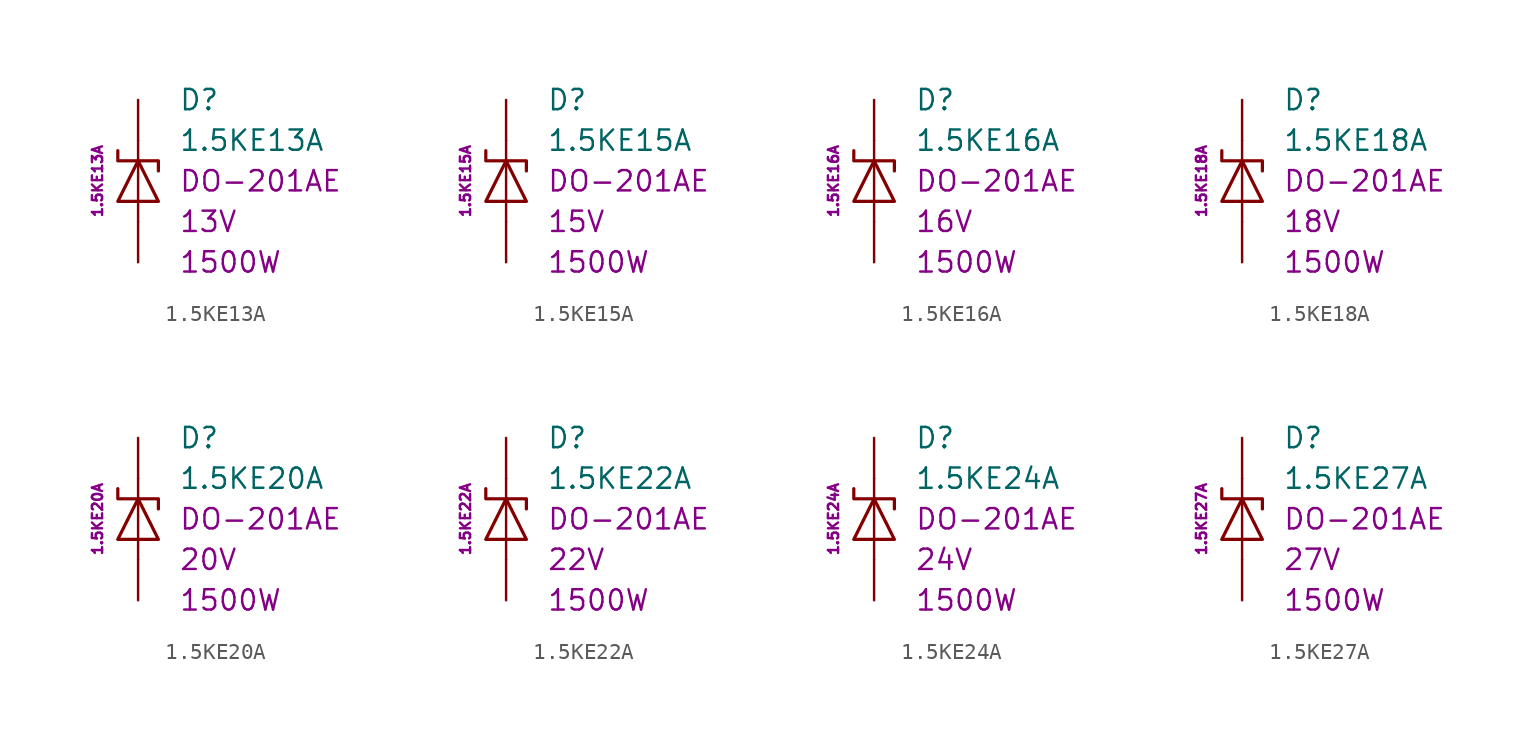
<source format=kicad_sym>
(kicad_symbol_lib
  (version 20201005)
  (generator kicad_symbol_editor)
  (symbol "1.5KE13A"
    (pin_numbers hide)
    (pin_names
      (offset 1.016) hide)
    (property "Reference" "D"
      (at 2.54 5.08 0)
      (effects (font (size 1.27 1.27)) (justify left)))
    (property "Value" "1.5KE13A"
      (at 2.54 2.54 0)
      (effects (font (size 1.27 1.27)) (justify left)))
    (property "Package" "DO-201AE"
      (at 2.54 0 0)
      (effects (font (size 1.27 1.27)) (justify left)))
    (property "Voltage" "13V"
      (at 2.54 -2.54 0)
      (effects (font (size 1.27 1.27)) (justify left)))
    (property "PeakPulsePower" "1500W"
      (at 2.54 -5.08 0)
      (effects (font (size 1.27 1.27)) (justify left)))
    (property "MPN" "1.5KE13A"
      (at -2.54 0 90)
      (effects (font (size 0.635 0.635))))
    (symbol "1.5KE13A_0_1"
      (polyline (pts (xy 0 -2.54) (xy 0 -1.27)) (stroke (width 0)) (fill (type none)))
      (polyline (pts (xy 0 -1.27) (xy 0 1.27)) (stroke (width 0)) (fill (type none)))
      (polyline (pts (xy 0 2.54) (xy 0 1.27)) (stroke (width 0)) (fill (type none)))
      (polyline (pts (xy -1.27 -1.27) (xy 1.27 -1.27) (xy 0 1.27) (xy -1.27 -1.27)) (stroke (width 0.203)) (fill (type none)))
      (polyline (pts (xy -1.27 1.905) (xy -1.27 1.27) (xy 1.27 1.27) (xy 1.27 0.635)) (stroke (width 0.203)) (fill (type none))))
    (symbol "1.5KE13A_1_1"
      (pin passive line (at 0 5.08 270) (length 2.54) (name "K" (effects (font (size 1.27 1.27)))) (number "1" (effects (font (size 1.27 1.27)))))
      (pin passive line (at 0 -5.08 90) (length 2.54) (name "A" (effects (font (size 1.27 1.27)))) (number "2" (effects (font (size 1.27 1.27)))))))
  (symbol "1.5KE15A"
    (pin_numbers hide)
    (pin_names
      (offset 1.016) hide)
    (property "Reference" "D"
      (at 2.54 5.08 0)
      (effects (font (size 1.27 1.27)) (justify left)))
    (property "Value" "1.5KE15A"
      (at 2.54 2.54 0)
      (effects (font (size 1.27 1.27)) (justify left)))
    (property "Package" "DO-201AE"
      (at 2.54 0 0)
      (effects (font (size 1.27 1.27)) (justify left)))
    (property "Voltage" "15V"
      (at 2.54 -2.54 0)
      (effects (font (size 1.27 1.27)) (justify left)))
    (property "PeakPulsePower" "1500W"
      (at 2.54 -5.08 0)
      (effects (font (size 1.27 1.27)) (justify left)))
    (property "MPN" "1.5KE15A"
      (at -2.54 0 90)
      (effects (font (size 0.635 0.635))))
    (symbol "1.5KE15A_0_1"
      (polyline (pts (xy 0 -2.54) (xy 0 -1.27)) (stroke (width 0)) (fill (type none)))
      (polyline (pts (xy 0 -1.27) (xy 0 1.27)) (stroke (width 0)) (fill (type none)))
      (polyline (pts (xy 0 2.54) (xy 0 1.27)) (stroke (width 0)) (fill (type none)))
      (polyline (pts (xy -1.27 -1.27) (xy 1.27 -1.27) (xy 0 1.27) (xy -1.27 -1.27)) (stroke (width 0.203)) (fill (type none)))
      (polyline (pts (xy -1.27 1.905) (xy -1.27 1.27) (xy 1.27 1.27) (xy 1.27 0.635)) (stroke (width 0.203)) (fill (type none))))
    (symbol "1.5KE15A_1_1"
      (pin passive line (at 0 5.08 270) (length 2.54) (name "K" (effects (font (size 1.27 1.27)))) (number "1" (effects (font (size 1.27 1.27)))))
      (pin passive line (at 0 -5.08 90) (length 2.54) (name "A" (effects (font (size 1.27 1.27)))) (number "2" (effects (font (size 1.27 1.27)))))))
  (symbol "1.5KE16A"
    (pin_numbers hide)
    (pin_names
      (offset 1.016) hide)
    (property "Reference" "D"
      (at 2.54 5.08 0)
      (effects (font (size 1.27 1.27)) (justify left)))
    (property "Value" "1.5KE16A"
      (at 2.54 2.54 0)
      (effects (font (size 1.27 1.27)) (justify left)))
    (property "Package" "DO-201AE"
      (at 2.54 0 0)
      (effects (font (size 1.27 1.27)) (justify left)))
    (property "Voltage" "16V"
      (at 2.54 -2.54 0)
      (effects (font (size 1.27 1.27)) (justify left)))
    (property "PeakPulsePower" "1500W"
      (at 2.54 -5.08 0)
      (effects (font (size 1.27 1.27)) (justify left)))
    (property "MPN" "1.5KE16A"
      (at -2.54 0 90)
      (effects (font (size 0.635 0.635))))
    (symbol "1.5KE16A_0_1"
      (polyline (pts (xy 0 -2.54) (xy 0 -1.27)) (stroke (width 0)) (fill (type none)))
      (polyline (pts (xy 0 -1.27) (xy 0 1.27)) (stroke (width 0)) (fill (type none)))
      (polyline (pts (xy 0 2.54) (xy 0 1.27)) (stroke (width 0)) (fill (type none)))
      (polyline (pts (xy -1.27 -1.27) (xy 1.27 -1.27) (xy 0 1.27) (xy -1.27 -1.27)) (stroke (width 0.203)) (fill (type none)))
      (polyline (pts (xy -1.27 1.905) (xy -1.27 1.27) (xy 1.27 1.27) (xy 1.27 0.635)) (stroke (width 0.203)) (fill (type none))))
    (symbol "1.5KE16A_1_1"
      (pin passive line (at 0 5.08 270) (length 2.54) (name "K" (effects (font (size 1.27 1.27)))) (number "1" (effects (font (size 1.27 1.27)))))
      (pin passive line (at 0 -5.08 90) (length 2.54) (name "A" (effects (font (size 1.27 1.27)))) (number "2" (effects (font (size 1.27 1.27)))))))
  (symbol "1.5KE18A"
    (pin_numbers hide)
    (pin_names
      (offset 1.016) hide)
    (property "Reference" "D"
      (at 2.54 5.08 0)
      (effects (font (size 1.27 1.27)) (justify left)))
    (property "Value" "1.5KE18A"
      (at 2.54 2.54 0)
      (effects (font (size 1.27 1.27)) (justify left)))
    (property "Package" "DO-201AE"
      (at 2.54 0 0)
      (effects (font (size 1.27 1.27)) (justify left)))
    (property "Voltage" "18V"
      (at 2.54 -2.54 0)
      (effects (font (size 1.27 1.27)) (justify left)))
    (property "PeakPulsePower" "1500W"
      (at 2.54 -5.08 0)
      (effects (font (size 1.27 1.27)) (justify left)))
    (property "MPN" "1.5KE18A"
      (at -2.54 0 90)
      (effects (font (size 0.635 0.635))))
    (symbol "1.5KE18A_0_1"
      (polyline (pts (xy 0 -2.54) (xy 0 -1.27)) (stroke (width 0)) (fill (type none)))
      (polyline (pts (xy 0 -1.27) (xy 0 1.27)) (stroke (width 0)) (fill (type none)))
      (polyline (pts (xy 0 2.54) (xy 0 1.27)) (stroke (width 0)) (fill (type none)))
      (polyline (pts (xy -1.27 -1.27) (xy 1.27 -1.27) (xy 0 1.27) (xy -1.27 -1.27)) (stroke (width 0.203)) (fill (type none)))
      (polyline (pts (xy -1.27 1.905) (xy -1.27 1.27) (xy 1.27 1.27) (xy 1.27 0.635)) (stroke (width 0.203)) (fill (type none))))
    (symbol "1.5KE18A_1_1"
      (pin passive line (at 0 5.08 270) (length 2.54) (name "K" (effects (font (size 1.27 1.27)))) (number "1" (effects (font (size 1.27 1.27)))))
      (pin passive line (at 0 -5.08 90) (length 2.54) (name "A" (effects (font (size 1.27 1.27)))) (number "2" (effects (font (size 1.27 1.27)))))))
  (symbol "1.5KE20A"
    (pin_numbers hide)
    (pin_names
      (offset 1.016) hide)
    (property "Reference" "D"
      (at 2.54 5.08 0)
      (effects (font (size 1.27 1.27)) (justify left)))
    (property "Value" "1.5KE20A"
      (at 2.54 2.54 0)
      (effects (font (size 1.27 1.27)) (justify left)))
    (property "Package" "DO-201AE"
      (at 2.54 0 0)
      (effects (font (size 1.27 1.27)) (justify left)))
    (property "Voltage" "20V"
      (at 2.54 -2.54 0)
      (effects (font (size 1.27 1.27)) (justify left)))
    (property "PeakPulsePower" "1500W"
      (at 2.54 -5.08 0)
      (effects (font (size 1.27 1.27)) (justify left)))
    (property "MPN" "1.5KE20A"
      (at -2.54 0 90)
      (effects (font (size 0.635 0.635))))
    (symbol "1.5KE20A_0_1"
      (polyline (pts (xy 0 -2.54) (xy 0 -1.27)) (stroke (width 0)) (fill (type none)))
      (polyline (pts (xy 0 -1.27) (xy 0 1.27)) (stroke (width 0)) (fill (type none)))
      (polyline (pts (xy 0 2.54) (xy 0 1.27)) (stroke (width 0)) (fill (type none)))
      (polyline (pts (xy -1.27 -1.27) (xy 1.27 -1.27) (xy 0 1.27) (xy -1.27 -1.27)) (stroke (width 0.203)) (fill (type none)))
      (polyline (pts (xy -1.27 1.905) (xy -1.27 1.27) (xy 1.27 1.27) (xy 1.27 0.635)) (stroke (width 0.203)) (fill (type none))))
    (symbol "1.5KE20A_1_1"
      (pin passive line (at 0 5.08 270) (length 2.54) (name "K" (effects (font (size 1.27 1.27)))) (number "1" (effects (font (size 1.27 1.27)))))
      (pin passive line (at 0 -5.08 90) (length 2.54) (name "A" (effects (font (size 1.27 1.27)))) (number "2" (effects (font (size 1.27 1.27)))))))
  (symbol "1.5KE22A"
    (pin_numbers hide)
    (pin_names
      (offset 1.016) hide)
    (property "Reference" "D"
      (at 2.54 5.08 0)
      (effects (font (size 1.27 1.27)) (justify left)))
    (property "Value" "1.5KE22A"
      (at 2.54 2.54 0)
      (effects (font (size 1.27 1.27)) (justify left)))
    (property "Package" "DO-201AE"
      (at 2.54 0 0)
      (effects (font (size 1.27 1.27)) (justify left)))
    (property "Voltage" "22V"
      (at 2.54 -2.54 0)
      (effects (font (size 1.27 1.27)) (justify left)))
    (property "PeakPulsePower" "1500W"
      (at 2.54 -5.08 0)
      (effects (font (size 1.27 1.27)) (justify left)))
    (property "MPN" "1.5KE22A"
      (at -2.54 0 90)
      (effects (font (size 0.635 0.635))))
    (symbol "1.5KE22A_0_1"
      (polyline (pts (xy 0 -2.54) (xy 0 -1.27)) (stroke (width 0)) (fill (type none)))
      (polyline (pts (xy 0 -1.27) (xy 0 1.27)) (stroke (width 0)) (fill (type none)))
      (polyline (pts (xy 0 2.54) (xy 0 1.27)) (stroke (width 0)) (fill (type none)))
      (polyline (pts (xy -1.27 -1.27) (xy 1.27 -1.27) (xy 0 1.27) (xy -1.27 -1.27)) (stroke (width 0.203)) (fill (type none)))
      (polyline (pts (xy -1.27 1.905) (xy -1.27 1.27) (xy 1.27 1.27) (xy 1.27 0.635)) (stroke (width 0.203)) (fill (type none))))
    (symbol "1.5KE22A_1_1"
      (pin passive line (at 0 5.08 270) (length 2.54) (name "K" (effects (font (size 1.27 1.27)))) (number "1" (effects (font (size 1.27 1.27)))))
      (pin passive line (at 0 -5.08 90) (length 2.54) (name "A" (effects (font (size 1.27 1.27)))) (number "2" (effects (font (size 1.27 1.27)))))))
  (symbol "1.5KE24A"
    (pin_numbers hide)
    (pin_names
      (offset 1.016) hide)
    (property "Reference" "D"
      (at 2.54 5.08 0)
      (effects (font (size 1.27 1.27)) (justify left)))
    (property "Value" "1.5KE24A"
      (at 2.54 2.54 0)
      (effects (font (size 1.27 1.27)) (justify left)))
    (property "Package" "DO-201AE"
      (at 2.54 0 0)
      (effects (font (size 1.27 1.27)) (justify left)))
    (property "Voltage" "24V"
      (at 2.54 -2.54 0)
      (effects (font (size 1.27 1.27)) (justify left)))
    (property "PeakPulsePower" "1500W"
      (at 2.54 -5.08 0)
      (effects (font (size 1.27 1.27)) (justify left)))
    (property "MPN" "1.5KE24A"
      (at -2.54 0 90)
      (effects (font (size 0.635 0.635))))
    (symbol "1.5KE24A_0_1"
      (polyline (pts (xy 0 -2.54) (xy 0 -1.27)) (stroke (width 0)) (fill (type none)))
      (polyline (pts (xy 0 -1.27) (xy 0 1.27)) (stroke (width 0)) (fill (type none)))
      (polyline (pts (xy 0 2.54) (xy 0 1.27)) (stroke (width 0)) (fill (type none)))
      (polyline (pts (xy -1.27 -1.27) (xy 1.27 -1.27) (xy 0 1.27) (xy -1.27 -1.27)) (stroke (width 0.203)) (fill (type none)))
      (polyline (pts (xy -1.27 1.905) (xy -1.27 1.27) (xy 1.27 1.27) (xy 1.27 0.635)) (stroke (width 0.203)) (fill (type none))))
    (symbol "1.5KE24A_1_1"
      (pin passive line (at 0 5.08 270) (length 2.54) (name "K" (effects (font (size 1.27 1.27)))) (number "1" (effects (font (size 1.27 1.27)))))
      (pin passive line (at 0 -5.08 90) (length 2.54) (name "A" (effects (font (size 1.27 1.27)))) (number "2" (effects (font (size 1.27 1.27)))))))
  (symbol "1.5KE27A"
    (pin_numbers hide)
    (pin_names
      (offset 1.016) hide)
    (property "Reference" "D"
      (at 2.54 5.08 0)
      (effects (font (size 1.27 1.27)) (justify left)))
    (property "Value" "1.5KE27A"
      (at 2.54 2.54 0)
      (effects (font (size 1.27 1.27)) (justify left)))
    (property "Package" "DO-201AE"
      (at 2.54 0 0)
      (effects (font (size 1.27 1.27)) (justify left)))
    (property "Voltage" "27V"
      (at 2.54 -2.54 0)
      (effects (font (size 1.27 1.27)) (justify left)))
    (property "PeakPulsePower" "1500W"
      (at 2.54 -5.08 0)
      (effects (font (size 1.27 1.27)) (justify left)))
    (property "MPN" "1.5KE27A"
      (at -2.54 0 90)
      (effects (font (size 0.635 0.635))))
    (symbol "1.5KE27A_0_1"
      (polyline (pts (xy 0 -2.54) (xy 0 -1.27)) (stroke (width 0)) (fill (type none)))
      (polyline (pts (xy 0 -1.27) (xy 0 1.27)) (stroke (width 0)) (fill (type none)))
      (polyline (pts (xy 0 2.54) (xy 0 1.27)) (stroke (width 0)) (fill (type none)))
      (polyline (pts (xy -1.27 -1.27) (xy 1.27 -1.27) (xy 0 1.27) (xy -1.27 -1.27)) (stroke (width 0.203)) (fill (type none)))
      (polyline (pts (xy -1.27 1.905) (xy -1.27 1.27) (xy 1.27 1.27) (xy 1.27 0.635)) (stroke (width 0.203)) (fill (type none))))
    (symbol "1.5KE27A_1_1"
      (pin passive line (at 0 5.08 270) (length 2.54) (name "K" (effects (font (size 1.27 1.27)))) (number "1" (effects (font (size 1.27 1.27)))))
      (pin passive line (at 0 -5.08 90) (length 2.54) (name "A" (effects (font (size 1.27 1.27)))) (number "2" (effects (font (size 1.27 1.27))))))))
</source>
